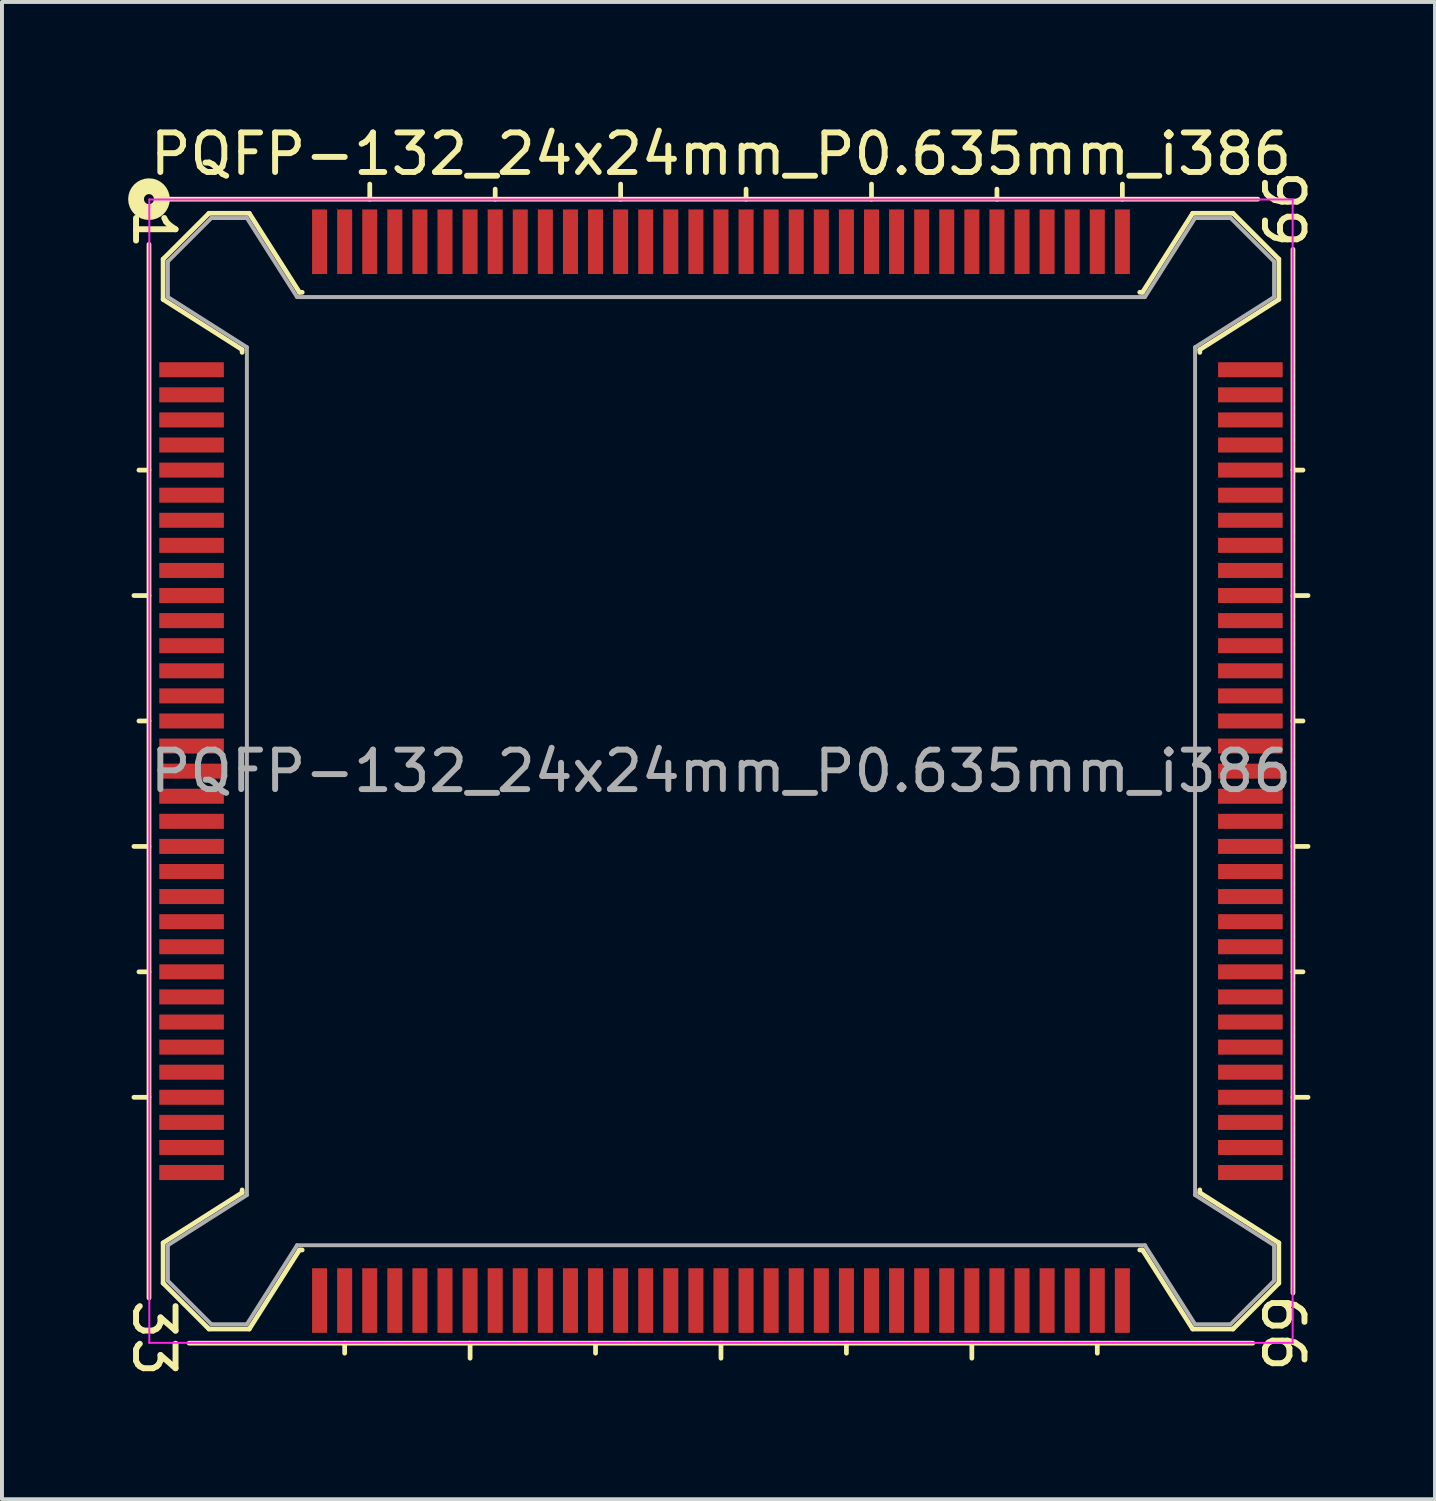
<source format=kicad_pcb>
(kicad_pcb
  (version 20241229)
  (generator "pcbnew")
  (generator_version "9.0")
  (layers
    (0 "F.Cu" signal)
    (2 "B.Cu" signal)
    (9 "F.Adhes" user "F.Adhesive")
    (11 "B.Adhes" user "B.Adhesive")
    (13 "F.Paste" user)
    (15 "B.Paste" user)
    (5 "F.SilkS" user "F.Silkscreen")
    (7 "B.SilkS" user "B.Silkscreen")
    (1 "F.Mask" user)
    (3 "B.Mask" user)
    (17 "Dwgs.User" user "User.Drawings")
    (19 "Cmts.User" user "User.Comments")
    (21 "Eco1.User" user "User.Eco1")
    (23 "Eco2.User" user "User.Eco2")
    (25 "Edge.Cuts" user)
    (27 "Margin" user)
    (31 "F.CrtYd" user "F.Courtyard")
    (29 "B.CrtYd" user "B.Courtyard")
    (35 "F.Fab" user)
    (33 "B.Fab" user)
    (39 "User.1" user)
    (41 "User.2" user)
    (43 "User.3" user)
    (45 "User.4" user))
  (footprint "PQFP-132_24x24mm_P0.635mm_i386"
    (layer "F.Cu")
    (at 15.199 16.469)
    (property "Reference" "PQFP-132_24x24mm_P0.635mm_i386" (at 0 -15.621 0) (layer "F.SilkS") (effects (font (size 1 1) (thickness 0.15))))
    (attr smd)
    (fp_line (start -14.859 -4.445) (end -14.478 -4.445) (stroke (width 0.12) (type solid)) (layer "F.SilkS"))
    (fp_line (start -14.859 1.905) (end -14.478 1.905) (stroke (width 0.12) (type solid)) (layer "F.SilkS"))
    (fp_line (start -14.859 8.255) (end -14.478 8.255) (stroke (width 0.12) (type solid)) (layer "F.SilkS"))
    (fp_line (start -14.732 -7.62) (end -14.478 -7.62) (stroke (width 0.12) (type solid)) (layer "F.SilkS"))
    (fp_line (start -14.732 -1.27) (end -14.478 -1.27) (stroke (width 0.12) (type solid)) (layer "F.SilkS"))
    (fp_line (start -14.732 5.08) (end -14.478 5.08) (stroke (width 0.12) (type solid)) (layer "F.SilkS"))
    (fp_line (start -14.478 -13.335) (end -14.478 13.335) (stroke (width 0.12) (type solid)) (layer "F.SilkS"))
    (fp_line (start -14.12 -12.96) (end -12.96 -14.12) (stroke (width 0.12) (type solid)) (layer "F.SilkS"))
    (fp_line (start -14.12 -11.94) (end -14.12 -12.96) (stroke (width 0.12) (type solid)) (layer "F.SilkS"))
    (fp_line (start -14.12 -11.94) (end -12.12 -10.67) (stroke (width 0.12) (type solid)) (layer "F.SilkS"))
    (fp_line (start -14.12 11.94) (end -14.12 12.96) (stroke (width 0.12) (type solid)) (layer "F.SilkS"))
    (fp_line (start -14.12 11.94) (end -12.12 10.67) (stroke (width 0.12) (type solid)) (layer "F.SilkS"))
    (fp_line (start -14.12 12.96) (end -12.96 14.12) (stroke (width 0.12) (type solid)) (layer "F.SilkS"))
    (fp_line (start -13.462 14.478) (end 13.462 14.478) (stroke (width 0.12) (type solid)) (layer "F.SilkS"))
    (fp_line (start -12.12 -10.67) (end -12.12 -10.6) (stroke (width 0.12) (type solid)) (layer "F.SilkS"))
    (fp_line (start -12.12 10.67) (end -12.12 10.6) (stroke (width 0.12) (type solid)) (layer "F.SilkS"))
    (fp_line (start -11.94 -14.12) (end -12.96 -14.12) (stroke (width 0.12) (type solid)) (layer "F.SilkS"))
    (fp_line (start -11.94 14.12) (end -12.96 14.12) (stroke (width 0.12) (type solid)) (layer "F.SilkS"))
    (fp_line (start -10.67 -12.12) (end -11.94 -14.12) (stroke (width 0.12) (type solid)) (layer "F.SilkS"))
    (fp_line (start -10.67 12.12) (end -11.94 14.12) (stroke (width 0.12) (type solid)) (layer "F.SilkS"))
    (fp_line (start -10.6 -12.12) (end -10.67 -12.12) (stroke (width 0.12) (type solid)) (layer "F.SilkS"))
    (fp_line (start -10.6 12.12) (end -10.67 12.12) (stroke (width 0.12) (type solid)) (layer "F.SilkS"))
    (fp_line (start -9.525 14.732) (end -9.525 14.478) (stroke (width 0.12) (type solid)) (layer "F.SilkS"))
    (fp_line (start -8.89 -14.478) (end -8.89 -14.859) (stroke (width 0.12) (type solid)) (layer "F.SilkS"))
    (fp_line (start -6.35 14.859) (end -6.35 14.478) (stroke (width 0.12) (type solid)) (layer "F.SilkS"))
    (fp_line (start -5.715 -14.478) (end -5.715 -14.732) (stroke (width 0.12) (type solid)) (layer "F.SilkS"))
    (fp_line (start -3.175 14.732) (end -3.175 14.478) (stroke (width 0.12) (type solid)) (layer "F.SilkS"))
    (fp_line (start -2.54 -14.478) (end -2.54 -14.859) (stroke (width 0.12) (type solid)) (layer "F.SilkS"))
    (fp_line (start 0 14.859) (end 0 14.478) (stroke (width 0.12) (type solid)) (layer "F.SilkS"))
    (fp_line (start 0.635 -14.478) (end 0.635 -14.732) (stroke (width 0.12) (type solid)) (layer "F.SilkS"))
    (fp_line (start 3.175 14.732) (end 3.175 14.478) (stroke (width 0.12) (type solid)) (layer "F.SilkS"))
    (fp_line (start 3.81 -14.478) (end 3.81 -14.859) (stroke (width 0.12) (type solid)) (layer "F.SilkS"))
    (fp_line (start 6.35 14.859) (end 6.35 14.478) (stroke (width 0.12) (type solid)) (layer "F.SilkS"))
    (fp_line (start 6.985 -14.478) (end 6.985 -14.732) (stroke (width 0.12) (type solid)) (layer "F.SilkS"))
    (fp_line (start 9.525 14.732) (end 9.525 14.478) (stroke (width 0.12) (type solid)) (layer "F.SilkS"))
    (fp_line (start 10.16 -14.478) (end 10.16 -14.859) (stroke (width 0.12) (type solid)) (layer "F.SilkS"))
    (fp_line (start 10.6 -12.12) (end 10.67 -12.12) (stroke (width 0.12) (type solid)) (layer "F.SilkS"))
    (fp_line (start 10.6 12.12) (end 10.67 12.12) (stroke (width 0.12) (type solid)) (layer "F.SilkS"))
    (fp_line (start 10.67 -12.12) (end 11.94 -14.12) (stroke (width 0.12) (type solid)) (layer "F.SilkS"))
    (fp_line (start 10.67 12.12) (end 11.94 14.12) (stroke (width 0.12) (type solid)) (layer "F.SilkS"))
    (fp_line (start 11.94 -14.12) (end 12.96 -14.12) (stroke (width 0.12) (type solid)) (layer "F.SilkS"))
    (fp_line (start 11.94 14.12) (end 12.96 14.12) (stroke (width 0.12) (type solid)) (layer "F.SilkS"))
    (fp_line (start 12.12 -10.67) (end 12.12 -10.6) (stroke (width 0.12) (type solid)) (layer "F.SilkS"))
    (fp_line (start 12.12 10.67) (end 12.12 10.6) (stroke (width 0.12) (type solid)) (layer "F.SilkS"))
    (fp_line (start 13.589 -14.478) (end -13.97 -14.478) (stroke (width 0.12) (type solid)) (layer "F.SilkS"))
    (fp_line (start 14.12 -12.96) (end 12.96 -14.12) (stroke (width 0.12) (type solid)) (layer "F.SilkS"))
    (fp_line (start 14.12 -11.94) (end 12.12 -10.67) (stroke (width 0.12) (type solid)) (layer "F.SilkS"))
    (fp_line (start 14.12 -11.94) (end 14.12 -12.96) (stroke (width 0.12) (type solid)) (layer "F.SilkS"))
    (fp_line (start 14.12 11.94) (end 12.12 10.67) (stroke (width 0.12) (type solid)) (layer "F.SilkS"))
    (fp_line (start 14.12 11.94) (end 14.12 12.96) (stroke (width 0.12) (type solid)) (layer "F.SilkS"))
    (fp_line (start 14.12 12.96) (end 12.96 14.12) (stroke (width 0.12) (type solid)) (layer "F.SilkS"))
    (fp_line (start 14.478 -7.62) (end 14.732 -7.62) (stroke (width 0.12) (type solid)) (layer "F.SilkS"))
    (fp_line (start 14.478 -4.445) (end 14.859 -4.445) (stroke (width 0.12) (type solid)) (layer "F.SilkS"))
    (fp_line (start 14.478 -1.27) (end 14.732 -1.27) (stroke (width 0.12) (type solid)) (layer "F.SilkS"))
    (fp_line (start 14.478 1.905) (end 14.859 1.905) (stroke (width 0.12) (type solid)) (layer "F.SilkS"))
    (fp_line (start 14.478 5.08) (end 14.732 5.08) (stroke (width 0.12) (type solid)) (layer "F.SilkS"))
    (fp_line (start 14.478 8.255) (end 14.859 8.255) (stroke (width 0.12) (type solid)) (layer "F.SilkS"))
    (fp_line (start 14.478 13.208) (end 14.478 -13.208) (stroke (width 0.12) (type solid)) (layer "F.SilkS"))
    (fp_circle (center -14.478 -14.478) (end -14.351 -14.478) (stroke (width 0.4) (type solid)) (fill no) (layer "F.SilkS"))
    (fp_line (start -14.47 -14.47) (end -14.47 14.47) (stroke (width 0.05) (type solid)) (layer "F.CrtYd"))
    (fp_line (start 14.47 -14.47) (end -14.47 -14.47) (stroke (width 0.05) (type solid)) (layer "F.CrtYd"))
    (fp_line (start 14.47 -14.47) (end 14.47 14.47) (stroke (width 0.05) (type solid)) (layer "F.CrtYd"))
    (fp_line (start 14.47 14.47) (end -14.47 14.47) (stroke (width 0.05) (type solid)) (layer "F.CrtYd"))
    (fp_line (start -14 -12.9) (end -12.9 -14) (stroke (width 0.1) (type solid)) (layer "F.Fab"))
    (fp_line (start -14 -12) (end -14 -12.9) (stroke (width 0.1) (type solid)) (layer "F.Fab"))
    (fp_line (start -14 -12) (end -12 -10.73) (stroke (width 0.1) (type solid)) (layer "F.Fab"))
    (fp_line (start -14 12) (end -14 12.9) (stroke (width 0.1) (type solid)) (layer "F.Fab"))
    (fp_line (start -14 12) (end -12 10.73) (stroke (width 0.1) (type solid)) (layer "F.Fab"))
    (fp_line (start -14 12.9) (end -12.9 14) (stroke (width 0.1) (type solid)) (layer "F.Fab"))
    (fp_line (start -12.9 -14) (end -12 -14) (stroke (width 0.1) (type solid)) (layer "F.Fab"))
    (fp_line (start -12.9 14) (end -12 14) (stroke (width 0.1) (type solid)) (layer "F.Fab"))
    (fp_line (start -12 -14) (end -10.73 -12) (stroke (width 0.1) (type solid)) (layer "F.Fab"))
    (fp_line (start -12 10.73) (end -12 -10.73) (stroke (width 0.1) (type solid)) (layer "F.Fab"))
    (fp_line (start -12 14) (end -10.73 12) (stroke (width 0.1) (type solid)) (layer "F.Fab"))
    (fp_line (start -10.73 -12) (end 10.73 -12) (stroke (width 0.1) (type solid)) (layer "F.Fab"))
    (fp_line (start 10.73 12) (end -10.73 12) (stroke (width 0.1) (type solid)) (layer "F.Fab"))
    (fp_line (start 12 -14) (end 10.73 -12) (stroke (width 0.1) (type solid)) (layer "F.Fab"))
    (fp_line (start 12 -10.73) (end 12 10.73) (stroke (width 0.1) (type solid)) (layer "F.Fab"))
    (fp_line (start 12 14) (end 10.73 12) (stroke (width 0.1) (type solid)) (layer "F.Fab"))
    (fp_line (start 12.9 -14) (end 12 -14) (stroke (width 0.1) (type solid)) (layer "F.Fab"))
    (fp_line (start 12.9 14) (end 12 14) (stroke (width 0.1) (type solid)) (layer "F.Fab"))
    (fp_line (start 14 -12.9) (end 12.9 -14) (stroke (width 0.1) (type solid)) (layer "F.Fab"))
    (fp_line (start 14 -12) (end 12 -10.73) (stroke (width 0.1) (type solid)) (layer "F.Fab"))
    (fp_line (start 14 -12) (end 14 -12.9) (stroke (width 0.1) (type solid)) (layer "F.Fab"))
    (fp_line (start 14 12) (end 12 10.73) (stroke (width 0.1) (type solid)) (layer "F.Fab"))
    (fp_line (start 14 12) (end 14 12.9) (stroke (width 0.1) (type solid)) (layer "F.Fab"))
    (fp_line (start 14 12.9) (end 12.9 14) (stroke (width 0.1) (type solid)) (layer "F.Fab"))
    (fp_text user "99" (at 14.224 -14.224 270) (unlocked yes) (layer "F.SilkS") (effects (font (size 1 1) (thickness 0.15))))
    (fp_text user "33" (at -14.351 14.351 270) (unlocked yes) (layer "F.SilkS") (effects (font (size 1 1) (thickness 0.15))))
    (fp_text user "66" (at 14.224 14.224 270) (unlocked yes) (layer "F.SilkS") (effects (font (size 1 1) (thickness 0.15))))
    (fp_text user "1" (at -14.351 -13.716 270) (unlocked yes) (layer "F.SilkS") (effects (font (size 1 1) (thickness 0.15))))
    (fp_text user "${REFERENCE}" (at 0 0 0) (layer "F.Fab") (effects (font (size 1 1) (thickness 0.15))))
    (pad "1" smd rect (at -13.4 -10.16) (size 1.635 0.38) (layers "F.Cu" "F.Mask" "F.Paste"))
    (pad "2" smd rect (at -13.4 -9.525) (size 1.635 0.38) (layers "F.Cu" "F.Mask" "F.Paste"))
    (pad "3" smd rect (at -13.4 -8.89) (size 1.635 0.38) (layers "F.Cu" "F.Mask" "F.Paste"))
    (pad "4" smd rect (at -13.4 -8.255) (size 1.635 0.38) (layers "F.Cu" "F.Mask" "F.Paste"))
    (pad "5" smd rect (at -13.4 -7.62) (size 1.635 0.38) (layers "F.Cu" "F.Mask" "F.Paste"))
    (pad "6" smd rect (at -13.4 -6.985) (size 1.635 0.38) (layers "F.Cu" "F.Mask" "F.Paste"))
    (pad "7" smd rect (at -13.4 -6.35) (size 1.635 0.38) (layers "F.Cu" "F.Mask" "F.Paste"))
    (pad "8" smd rect (at -13.4 -5.715) (size 1.635 0.38) (layers "F.Cu" "F.Mask" "F.Paste"))
    (pad "9" smd rect (at -13.4 -5.08) (size 1.635 0.38) (layers "F.Cu" "F.Mask" "F.Paste"))
    (pad "10" smd rect (at -13.4 -4.445) (size 1.635 0.38) (layers "F.Cu" "F.Mask" "F.Paste"))
    (pad "11" smd rect (at -13.4 -3.81) (size 1.635 0.38) (layers "F.Cu" "F.Mask" "F.Paste"))
    (pad "12" smd rect (at -13.4 -3.175) (size 1.635 0.38) (layers "F.Cu" "F.Mask" "F.Paste"))
    (pad "13" smd rect (at -13.4 -2.54) (size 1.635 0.38) (layers "F.Cu" "F.Mask" "F.Paste"))
    (pad "14" smd rect (at -13.4 -1.905) (size 1.635 0.38) (layers "F.Cu" "F.Mask" "F.Paste"))
    (pad "15" smd rect (at -13.4 -1.27) (size 1.635 0.38) (layers "F.Cu" "F.Mask" "F.Paste"))
    (pad "16" smd rect (at -13.4 -0.635) (size 1.635 0.38) (layers "F.Cu" "F.Mask" "F.Paste"))
    (pad "17" smd rect (at -13.4 0) (size 1.635 0.38) (layers "F.Cu" "F.Mask" "F.Paste"))
    (pad "18" smd rect (at -13.4 0.635) (size 1.635 0.38) (layers "F.Cu" "F.Mask" "F.Paste"))
    (pad "19" smd rect (at -13.4 1.27) (size 1.635 0.38) (layers "F.Cu" "F.Mask" "F.Paste"))
    (pad "20" smd rect (at -13.4 1.905) (size 1.635 0.38) (layers "F.Cu" "F.Mask" "F.Paste"))
    (pad "21" smd rect (at -13.4 2.54) (size 1.635 0.38) (layers "F.Cu" "F.Mask" "F.Paste"))
    (pad "22" smd rect (at -13.4 3.175) (size 1.635 0.38) (layers "F.Cu" "F.Mask" "F.Paste"))
    (pad "23" smd rect (at -13.4 3.81) (size 1.635 0.38) (layers "F.Cu" "F.Mask" "F.Paste"))
    (pad "24" smd rect (at -13.4 4.445) (size 1.635 0.38) (layers "F.Cu" "F.Mask" "F.Paste"))
    (pad "25" smd rect (at -13.4 5.08) (size 1.635 0.38) (layers "F.Cu" "F.Mask" "F.Paste"))
    (pad "26" smd rect (at -13.4 5.715) (size 1.635 0.38) (layers "F.Cu" "F.Mask" "F.Paste"))
    (pad "27" smd rect (at -13.4 6.35) (size 1.635 0.38) (layers "F.Cu" "F.Mask" "F.Paste"))
    (pad "28" smd rect (at -13.4 6.985) (size 1.635 0.38) (layers "F.Cu" "F.Mask" "F.Paste"))
    (pad "29" smd rect (at -13.4 7.62) (size 1.635 0.38) (layers "F.Cu" "F.Mask" "F.Paste"))
    (pad "30" smd rect (at -13.4 8.255) (size 1.635 0.38) (layers "F.Cu" "F.Mask" "F.Paste"))
    (pad "31" smd rect (at -13.4 8.89) (size 1.635 0.38) (layers "F.Cu" "F.Mask" "F.Paste"))
    (pad "32" smd rect (at -13.4 9.525) (size 1.635 0.38) (layers "F.Cu" "F.Mask" "F.Paste"))
    (pad "33" smd rect (at -13.4 10.16) (size 1.635 0.38) (layers "F.Cu" "F.Mask" "F.Paste"))
    (pad "34" smd rect (at -10.16 13.4) (size 0.38 1.635) (layers "F.Cu" "F.Mask" "F.Paste"))
    (pad "35" smd rect (at -9.525 13.4) (size 0.38 1.635) (layers "F.Cu" "F.Mask" "F.Paste"))
    (pad "36" smd rect (at -8.89 13.4) (size 0.38 1.635) (layers "F.Cu" "F.Mask" "F.Paste"))
    (pad "37" smd rect (at -8.255 13.4) (size 0.38 1.635) (layers "F.Cu" "F.Mask" "F.Paste"))
    (pad "38" smd rect (at -7.62 13.4) (size 0.38 1.635) (layers "F.Cu" "F.Mask" "F.Paste"))
    (pad "39" smd rect (at -6.985 13.4) (size 0.38 1.635) (layers "F.Cu" "F.Mask" "F.Paste"))
    (pad "40" smd rect (at -6.35 13.4) (size 0.38 1.635) (layers "F.Cu" "F.Mask" "F.Paste"))
    (pad "41" smd rect (at -5.715 13.4) (size 0.38 1.635) (layers "F.Cu" "F.Mask" "F.Paste"))
    (pad "42" smd rect (at -5.08 13.4) (size 0.38 1.635) (layers "F.Cu" "F.Mask" "F.Paste"))
    (pad "43" smd rect (at -4.445 13.4) (size 0.38 1.635) (layers "F.Cu" "F.Mask" "F.Paste"))
    (pad "44" smd rect (at -3.81 13.4) (size 0.38 1.635) (layers "F.Cu" "F.Mask" "F.Paste"))
    (pad "45" smd rect (at -3.175 13.4) (size 0.38 1.635) (layers "F.Cu" "F.Mask" "F.Paste"))
    (pad "46" smd rect (at -2.54 13.4) (size 0.38 1.635) (layers "F.Cu" "F.Mask" "F.Paste"))
    (pad "47" smd rect (at -1.905 13.4) (size 0.38 1.635) (layers "F.Cu" "F.Mask" "F.Paste"))
    (pad "48" smd rect (at -1.27 13.4) (size 0.38 1.635) (layers "F.Cu" "F.Mask" "F.Paste"))
    (pad "49" smd rect (at -0.635 13.4) (size 0.38 1.635) (layers "F.Cu" "F.Mask" "F.Paste"))
    (pad "50" smd rect (at 0 13.4) (size 0.38 1.635) (layers "F.Cu" "F.Mask" "F.Paste"))
    (pad "51" smd rect (at 0.635 13.4) (size 0.38 1.635) (layers "F.Cu" "F.Mask" "F.Paste"))
    (pad "52" smd rect (at 1.27 13.4) (size 0.38 1.635) (layers "F.Cu" "F.Mask" "F.Paste"))
    (pad "53" smd rect (at 1.905 13.4) (size 0.38 1.635) (layers "F.Cu" "F.Mask" "F.Paste"))
    (pad "54" smd rect (at 2.54 13.4) (size 0.38 1.635) (layers "F.Cu" "F.Mask" "F.Paste"))
    (pad "55" smd rect (at 3.175 13.4) (size 0.38 1.635) (layers "F.Cu" "F.Mask" "F.Paste"))
    (pad "56" smd rect (at 3.81 13.4) (size 0.38 1.635) (layers "F.Cu" "F.Mask" "F.Paste"))
    (pad "57" smd rect (at 4.445 13.4) (size 0.38 1.635) (layers "F.Cu" "F.Mask" "F.Paste"))
    (pad "58" smd rect (at 5.08 13.4) (size 0.38 1.635) (layers "F.Cu" "F.Mask" "F.Paste"))
    (pad "59" smd rect (at 5.715 13.4) (size 0.38 1.635) (layers "F.Cu" "F.Mask" "F.Paste"))
    (pad "60" smd rect (at 6.35 13.4) (size 0.38 1.635) (layers "F.Cu" "F.Mask" "F.Paste"))
    (pad "61" smd rect (at 6.985 13.4) (size 0.38 1.635) (layers "F.Cu" "F.Mask" "F.Paste"))
    (pad "62" smd rect (at 7.62 13.4) (size 0.38 1.635) (layers "F.Cu" "F.Mask" "F.Paste"))
    (pad "63" smd rect (at 8.255 13.4) (size 0.38 1.635) (layers "F.Cu" "F.Mask" "F.Paste"))
    (pad "64" smd rect (at 8.89 13.4) (size 0.38 1.635) (layers "F.Cu" "F.Mask" "F.Paste"))
    (pad "65" smd rect (at 9.525 13.4) (size 0.38 1.635) (layers "F.Cu" "F.Mask" "F.Paste"))
    (pad "66" smd rect (at 10.16 13.4) (size 0.38 1.635) (layers "F.Cu" "F.Mask" "F.Paste"))
    (pad "67" smd rect (at 13.4 10.16) (size 1.635 0.38) (layers "F.Cu" "F.Mask" "F.Paste"))
    (pad "68" smd rect (at 13.4 9.525) (size 1.635 0.38) (layers "F.Cu" "F.Mask" "F.Paste"))
    (pad "69" smd rect (at 13.4 8.89) (size 1.635 0.38) (layers "F.Cu" "F.Mask" "F.Paste"))
    (pad "70" smd rect (at 13.4 8.255) (size 1.635 0.38) (layers "F.Cu" "F.Mask" "F.Paste"))
    (pad "71" smd rect (at 13.4 7.62) (size 1.635 0.38) (layers "F.Cu" "F.Mask" "F.Paste"))
    (pad "72" smd rect (at 13.4 6.985) (size 1.635 0.38) (layers "F.Cu" "F.Mask" "F.Paste"))
    (pad "73" smd rect (at 13.4 6.35) (size 1.635 0.38) (layers "F.Cu" "F.Mask" "F.Paste"))
    (pad "74" smd rect (at 13.4 5.715) (size 1.635 0.38) (layers "F.Cu" "F.Mask" "F.Paste"))
    (pad "75" smd rect (at 13.4 5.08) (size 1.635 0.38) (layers "F.Cu" "F.Mask" "F.Paste"))
    (pad "76" smd rect (at 13.4 4.445) (size 1.635 0.38) (layers "F.Cu" "F.Mask" "F.Paste"))
    (pad "77" smd rect (at 13.4 3.81) (size 1.635 0.38) (layers "F.Cu" "F.Mask" "F.Paste"))
    (pad "78" smd rect (at 13.4 3.175) (size 1.635 0.38) (layers "F.Cu" "F.Mask" "F.Paste"))
    (pad "79" smd rect (at 13.4 2.54) (size 1.635 0.38) (layers "F.Cu" "F.Mask" "F.Paste"))
    (pad "80" smd rect (at 13.4 1.905) (size 1.635 0.38) (layers "F.Cu" "F.Mask" "F.Paste"))
    (pad "81" smd rect (at 13.4 1.27) (size 1.635 0.38) (layers "F.Cu" "F.Mask" "F.Paste"))
    (pad "82" smd rect (at 13.4 0.635) (size 1.635 0.38) (layers "F.Cu" "F.Mask" "F.Paste"))
    (pad "83" smd rect (at 13.4 0) (size 1.635 0.38) (layers "F.Cu" "F.Mask" "F.Paste"))
    (pad "84" smd rect (at 13.4 -0.635) (size 1.635 0.38) (layers "F.Cu" "F.Mask" "F.Paste"))
    (pad "85" smd rect (at 13.4 -1.27) (size 1.635 0.38) (layers "F.Cu" "F.Mask" "F.Paste"))
    (pad "86" smd rect (at 13.4 -1.905) (size 1.635 0.38) (layers "F.Cu" "F.Mask" "F.Paste"))
    (pad "87" smd rect (at 13.4 -2.54) (size 1.635 0.38) (layers "F.Cu" "F.Mask" "F.Paste"))
    (pad "88" smd rect (at 13.4 -3.175) (size 1.635 0.38) (layers "F.Cu" "F.Mask" "F.Paste"))
    (pad "89" smd rect (at 13.4 -3.81) (size 1.635 0.38) (layers "F.Cu" "F.Mask" "F.Paste"))
    (pad "90" smd rect (at 13.4 -4.445) (size 1.635 0.38) (layers "F.Cu" "F.Mask" "F.Paste"))
    (pad "91" smd rect (at 13.4 -5.08) (size 1.635 0.38) (layers "F.Cu" "F.Mask" "F.Paste"))
    (pad "92" smd rect (at 13.4 -5.715) (size 1.635 0.38) (layers "F.Cu" "F.Mask" "F.Paste"))
    (pad "93" smd rect (at 13.4 -6.35) (size 1.635 0.38) (layers "F.Cu" "F.Mask" "F.Paste"))
    (pad "94" smd rect (at 13.4 -6.985) (size 1.635 0.38) (layers "F.Cu" "F.Mask" "F.Paste"))
    (pad "95" smd rect (at 13.4 -7.62) (size 1.635 0.38) (layers "F.Cu" "F.Mask" "F.Paste"))
    (pad "96" smd rect (at 13.4 -8.255) (size 1.635 0.38) (layers "F.Cu" "F.Mask" "F.Paste"))
    (pad "97" smd rect (at 13.4 -8.89) (size 1.635 0.38) (layers "F.Cu" "F.Mask" "F.Paste"))
    (pad "98" smd rect (at 13.4 -9.525) (size 1.635 0.38) (layers "F.Cu" "F.Mask" "F.Paste"))
    (pad "99" smd rect (at 13.4 -10.16) (size 1.635 0.38) (layers "F.Cu" "F.Mask" "F.Paste"))
    (pad "100" smd rect (at 10.16 -13.4) (size 0.38 1.635) (layers "F.Cu" "F.Mask" "F.Paste"))
    (pad "101" smd rect (at 9.525 -13.4) (size 0.38 1.635) (layers "F.Cu" "F.Mask" "F.Paste"))
    (pad "102" smd rect (at 8.89 -13.4) (size 0.38 1.635) (layers "F.Cu" "F.Mask" "F.Paste"))
    (pad "103" smd rect (at 8.255 -13.4) (size 0.38 1.635) (layers "F.Cu" "F.Mask" "F.Paste"))
    (pad "104" smd rect (at 7.62 -13.4) (size 0.38 1.635) (layers "F.Cu" "F.Mask" "F.Paste"))
    (pad "105" smd rect (at 6.985 -13.4) (size 0.38 1.635) (layers "F.Cu" "F.Mask" "F.Paste"))
    (pad "106" smd rect (at 6.35 -13.4) (size 0.38 1.635) (layers "F.Cu" "F.Mask" "F.Paste"))
    (pad "107" smd rect (at 5.715 -13.4) (size 0.38 1.635) (layers "F.Cu" "F.Mask" "F.Paste"))
    (pad "108" smd rect (at 5.08 -13.4) (size 0.38 1.635) (layers "F.Cu" "F.Mask" "F.Paste"))
    (pad "109" smd rect (at 4.445 -13.4) (size 0.38 1.635) (layers "F.Cu" "F.Mask" "F.Paste"))
    (pad "110" smd rect (at 3.81 -13.4) (size 0.38 1.635) (layers "F.Cu" "F.Mask" "F.Paste"))
    (pad "111" smd rect (at 3.175 -13.4) (size 0.38 1.635) (layers "F.Cu" "F.Mask" "F.Paste"))
    (pad "112" smd rect (at 2.54 -13.4) (size 0.38 1.635) (layers "F.Cu" "F.Mask" "F.Paste"))
    (pad "113" smd rect (at 1.905 -13.4) (size 0.38 1.635) (layers "F.Cu" "F.Mask" "F.Paste"))
    (pad "114" smd rect (at 1.27 -13.4) (size 0.38 1.635) (layers "F.Cu" "F.Mask" "F.Paste"))
    (pad "115" smd rect (at 0.635 -13.4) (size 0.38 1.635) (layers "F.Cu" "F.Mask" "F.Paste"))
    (pad "116" smd rect (at 0 -13.4) (size 0.38 1.635) (layers "F.Cu" "F.Mask" "F.Paste"))
    (pad "117" smd rect (at -0.635 -13.4) (size 0.38 1.635) (layers "F.Cu" "F.Mask" "F.Paste"))
    (pad "118" smd rect (at -1.27 -13.4) (size 0.38 1.635) (layers "F.Cu" "F.Mask" "F.Paste"))
    (pad "119" smd rect (at -1.905 -13.4) (size 0.38 1.635) (layers "F.Cu" "F.Mask" "F.Paste"))
    (pad "120" smd rect (at -2.54 -13.4) (size 0.38 1.635) (layers "F.Cu" "F.Mask" "F.Paste"))
    (pad "121" smd rect (at -3.175 -13.4) (size 0.38 1.635) (layers "F.Cu" "F.Mask" "F.Paste"))
    (pad "122" smd rect (at -3.81 -13.4) (size 0.38 1.635) (layers "F.Cu" "F.Mask" "F.Paste"))
    (pad "123" smd rect (at -4.445 -13.4) (size 0.38 1.635) (layers "F.Cu" "F.Mask" "F.Paste"))
    (pad "124" smd rect (at -5.08 -13.4) (size 0.38 1.635) (layers "F.Cu" "F.Mask" "F.Paste"))
    (pad "125" smd rect (at -5.715 -13.4) (size 0.38 1.635) (layers "F.Cu" "F.Mask" "F.Paste"))
    (pad "126" smd rect (at -6.35 -13.4) (size 0.38 1.635) (layers "F.Cu" "F.Mask" "F.Paste"))
    (pad "127" smd rect (at -6.985 -13.4) (size 0.38 1.635) (layers "F.Cu" "F.Mask" "F.Paste"))
    (pad "128" smd rect (at -7.62 -13.4) (size 0.38 1.635) (layers "F.Cu" "F.Mask" "F.Paste"))
    (pad "129" smd rect (at -8.255 -13.4) (size 0.38 1.635) (layers "F.Cu" "F.Mask" "F.Paste"))
    (pad "130" smd rect (at -8.89 -13.4) (size 0.38 1.635) (layers "F.Cu" "F.Mask" "F.Paste"))
    (pad "131" smd rect (at -9.525 -13.4) (size 0.38 1.635) (layers "F.Cu" "F.Mask" "F.Paste"))
    (pad "132" smd rect (at -10.16 -13.4) (size 0.38 1.635) (layers "F.Cu" "F.Mask" "F.Paste")))
  (gr_rect
    (start -3 -3)
    (end 33.272 34.898)
    (stroke (width 0.1) (type default))
    (fill no)
    (layer "Edge.Cuts")))
</source>
